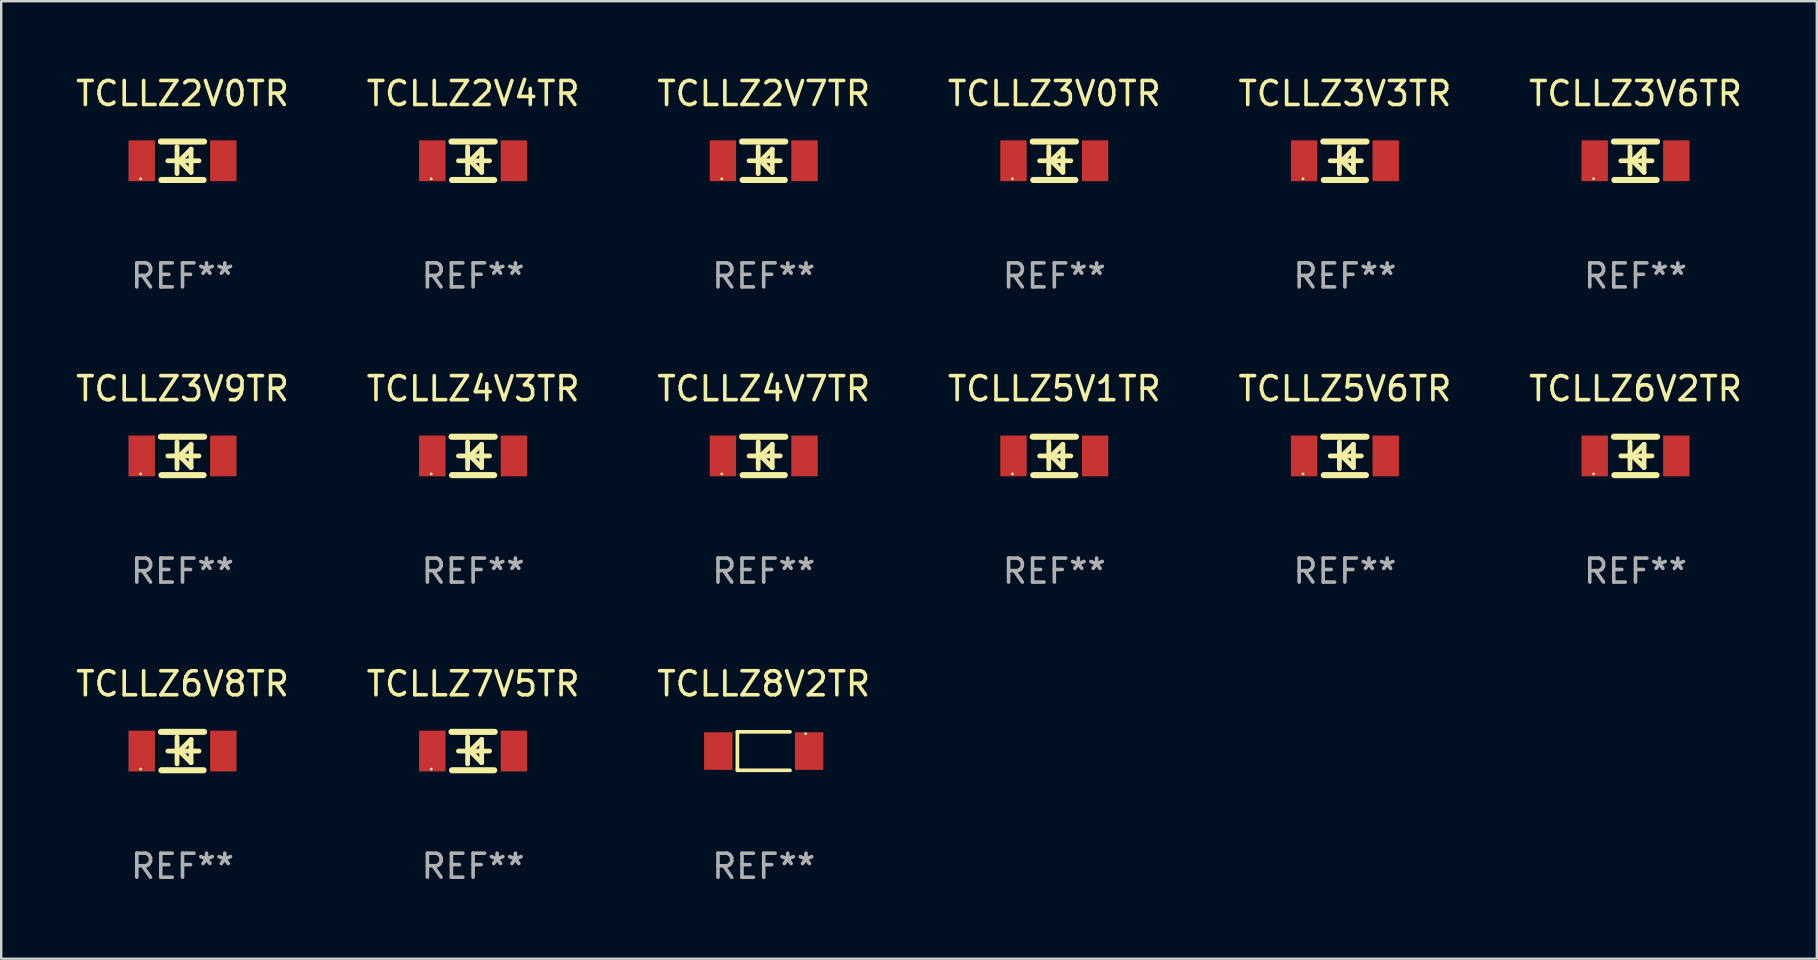
<source format=kicad_pcb>
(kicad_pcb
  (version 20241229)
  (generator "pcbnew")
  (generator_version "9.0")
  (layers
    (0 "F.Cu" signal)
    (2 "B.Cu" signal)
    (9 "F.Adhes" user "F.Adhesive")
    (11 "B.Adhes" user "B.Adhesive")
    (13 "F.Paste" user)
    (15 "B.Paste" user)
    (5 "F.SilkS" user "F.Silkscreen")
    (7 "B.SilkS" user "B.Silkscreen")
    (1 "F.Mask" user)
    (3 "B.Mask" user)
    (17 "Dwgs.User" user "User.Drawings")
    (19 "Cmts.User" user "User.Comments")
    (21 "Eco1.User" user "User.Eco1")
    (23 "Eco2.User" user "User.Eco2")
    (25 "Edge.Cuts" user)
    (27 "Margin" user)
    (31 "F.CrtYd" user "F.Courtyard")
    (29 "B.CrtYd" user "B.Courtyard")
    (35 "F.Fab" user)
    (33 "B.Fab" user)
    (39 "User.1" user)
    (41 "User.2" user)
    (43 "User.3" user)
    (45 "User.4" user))
  (footprint "TCLLZ4V3TR"
    (layer "F.Cu")
    (at 16.661 15.945)
    (property "Reference" "TCLLZ4V3TR" (at 0 -2.8 0) (layer "F.SilkS") (effects (font (size 1 1) (thickness 0.15))))
    (attr through_hole)
    (fp_line (start -0.9 -0.8) (end 0.9 -0.8) (stroke (width 0.254) (type solid)) (layer "F.SilkS"))
    (fp_line (start -0.878 0.8) (end 0.878 0.8) (stroke (width 0.254) (type solid)) (layer "F.SilkS"))
    (fp_line (start -0.61 0) (end 0.686 0) (stroke (width 0.2) (type solid)) (layer "F.SilkS"))
    (fp_line (start -0.229 -0.584) (end -0.229 0.533) (stroke (width 0.2) (type solid)) (layer "F.SilkS"))
    (fp_line (start -0.127 0) (end 0.356 -0.483) (stroke (width 0.2) (type solid)) (layer "F.SilkS"))
    (fp_line (start 0.356 -0.483) (end 0.356 0.483) (stroke (width 0.2) (type solid)) (layer "F.SilkS"))
    (fp_line (start 0.356 0.483) (end -0.102 0.025) (stroke (width 0.2) (type solid)) (layer "F.SilkS"))
    (fp_circle (center -1.746 0.75) (end -1.716 0.75) (stroke (width 0.06) (type solid)) (fill no) (layer "F.SilkS"))
    (fp_text user "REF**" (at 0 4.8 0) (layer "F.Fab") (effects (font (size 1 1) (thickness 0.15))))
    (pad "1" smd rect (at -1.7 0 180) (size 1.1 1.7) (layers "F.Cu" "F.Mask" "F.Paste"))
    (pad "2" smd rect (at 1.7 0 180) (size 1.1 1.7) (layers "F.Cu" "F.Mask" "F.Paste")))
  (footprint "TCLLZ5V6TR"
    (layer "F.Cu")
    (at 52.982 15.945)
    (property "Reference" "TCLLZ5V6TR" (at 0 -2.8 0) (layer "F.SilkS") (effects (font (size 1 1) (thickness 0.15))))
    (attr through_hole)
    (fp_line (start -0.9 -0.8) (end 0.9 -0.8) (stroke (width 0.254) (type solid)) (layer "F.SilkS"))
    (fp_line (start -0.878 0.8) (end 0.878 0.8) (stroke (width 0.254) (type solid)) (layer "F.SilkS"))
    (fp_line (start -0.61 0) (end 0.686 0) (stroke (width 0.2) (type solid)) (layer "F.SilkS"))
    (fp_line (start -0.229 -0.584) (end -0.229 0.533) (stroke (width 0.2) (type solid)) (layer "F.SilkS"))
    (fp_line (start -0.127 0) (end 0.356 -0.483) (stroke (width 0.2) (type solid)) (layer "F.SilkS"))
    (fp_line (start 0.356 -0.483) (end 0.356 0.483) (stroke (width 0.2) (type solid)) (layer "F.SilkS"))
    (fp_line (start 0.356 0.483) (end -0.102 0.025) (stroke (width 0.2) (type solid)) (layer "F.SilkS"))
    (fp_circle (center -1.746 0.75) (end -1.716 0.75) (stroke (width 0.06) (type solid)) (fill no) (layer "F.SilkS"))
    (fp_text user "REF**" (at 0 4.8 0) (layer "F.Fab") (effects (font (size 1 1) (thickness 0.15))))
    (pad "1" smd rect (at -1.7 0 180) (size 1.1 1.7) (layers "F.Cu" "F.Mask" "F.Paste"))
    (pad "2" smd rect (at 1.7 0 180) (size 1.1 1.7) (layers "F.Cu" "F.Mask" "F.Paste")))
  (footprint "TCLLZ3V6TR"
    (layer "F.Cu")
    (at 65.089 3.648)
    (property "Reference" "TCLLZ3V6TR" (at 0 -2.8 0) (layer "F.SilkS") (effects (font (size 1 1) (thickness 0.15))))
    (attr through_hole)
    (fp_line (start -0.9 -0.8) (end 0.9 -0.8) (stroke (width 0.254) (type solid)) (layer "F.SilkS"))
    (fp_line (start -0.878 0.8) (end 0.878 0.8) (stroke (width 0.254) (type solid)) (layer "F.SilkS"))
    (fp_line (start -0.61 0) (end 0.686 0) (stroke (width 0.2) (type solid)) (layer "F.SilkS"))
    (fp_line (start -0.229 -0.584) (end -0.229 0.533) (stroke (width 0.2) (type solid)) (layer "F.SilkS"))
    (fp_line (start -0.127 0) (end 0.356 -0.483) (stroke (width 0.2) (type solid)) (layer "F.SilkS"))
    (fp_line (start 0.356 -0.483) (end 0.356 0.483) (stroke (width 0.2) (type solid)) (layer "F.SilkS"))
    (fp_line (start 0.356 0.483) (end -0.102 0.025) (stroke (width 0.2) (type solid)) (layer "F.SilkS"))
    (fp_circle (center -1.746 0.75) (end -1.716 0.75) (stroke (width 0.06) (type solid)) (fill no) (layer "F.SilkS"))
    (fp_text user "REF**" (at 0 4.8 0) (layer "F.Fab") (effects (font (size 1 1) (thickness 0.15))))
    (pad "1" smd rect (at -1.7 0 180) (size 1.1 1.7) (layers "F.Cu" "F.Mask" "F.Paste"))
    (pad "2" smd rect (at 1.7 0 180) (size 1.1 1.7) (layers "F.Cu" "F.Mask" "F.Paste")))
  (footprint "TCLLZ8V2TR"
    (layer "F.Cu")
    (at 28.768 28.242)
    (property "Reference" "TCLLZ8V2TR" (at 0 -2.801 0) (layer "F.SilkS") (effects (font (size 1 1) (thickness 0.15))))
    (attr through_hole)
    (fp_line (start -1.097 -0.801) (end -1.097 0.801) (stroke (width 0.152) (type solid)) (layer "F.SilkS"))
    (fp_line (start -1.097 -0.801) (end 1.097 -0.801) (stroke (width 0.152) (type solid)) (layer "F.SilkS"))
    (fp_line (start -1.097 0.801) (end 1.097 0.801) (stroke (width 0.152) (type solid)) (layer "F.SilkS"))
    (fp_circle (center 1.75 -0.725) (end 1.78 -0.725) (stroke (width 0.06) (type solid)) (fill no) (layer "F.SilkS"))
    (fp_text user "REF**" (at 0 4.801 0) (layer "F.Fab") (effects (font (size 1 1) (thickness 0.15))))
    (pad "1" smd rect (at 1.893 0) (size 1.185 1.566) (layers "F.Cu" "F.Mask" "F.Paste"))
    (pad "2" smd rect (at -1.893 0) (size 1.185 1.566) (layers "F.Cu" "F.Mask" "F.Paste")))
  (footprint "TCLLZ2V4TR"
    (layer "F.Cu")
    (at 16.661 3.648)
    (property "Reference" "TCLLZ2V4TR" (at 0 -2.8 0) (layer "F.SilkS") (effects (font (size 1 1) (thickness 0.15))))
    (attr through_hole)
    (fp_line (start -0.9 -0.8) (end 0.9 -0.8) (stroke (width 0.254) (type solid)) (layer "F.SilkS"))
    (fp_line (start -0.878 0.8) (end 0.878 0.8) (stroke (width 0.254) (type solid)) (layer "F.SilkS"))
    (fp_line (start -0.61 0) (end 0.686 0) (stroke (width 0.2) (type solid)) (layer "F.SilkS"))
    (fp_line (start -0.229 -0.584) (end -0.229 0.533) (stroke (width 0.2) (type solid)) (layer "F.SilkS"))
    (fp_line (start -0.127 0) (end 0.356 -0.483) (stroke (width 0.2) (type solid)) (layer "F.SilkS"))
    (fp_line (start 0.356 -0.483) (end 0.356 0.483) (stroke (width 0.2) (type solid)) (layer "F.SilkS"))
    (fp_line (start 0.356 0.483) (end -0.102 0.025) (stroke (width 0.2) (type solid)) (layer "F.SilkS"))
    (fp_circle (center -1.746 0.75) (end -1.716 0.75) (stroke (width 0.06) (type solid)) (fill no) (layer "F.SilkS"))
    (fp_text user "REF**" (at 0 4.8 0) (layer "F.Fab") (effects (font (size 1 1) (thickness 0.15))))
    (pad "1" smd rect (at -1.7 0 180) (size 1.1 1.7) (layers "F.Cu" "F.Mask" "F.Paste"))
    (pad "2" smd rect (at 1.7 0 180) (size 1.1 1.7) (layers "F.Cu" "F.Mask" "F.Paste")))
  (footprint "TCLLZ2V7TR"
    (layer "F.Cu")
    (at 28.768 3.648)
    (property "Reference" "TCLLZ2V7TR" (at 0 -2.8 0) (layer "F.SilkS") (effects (font (size 1 1) (thickness 0.15))))
    (attr through_hole)
    (fp_line (start -0.9 -0.8) (end 0.9 -0.8) (stroke (width 0.254) (type solid)) (layer "F.SilkS"))
    (fp_line (start -0.878 0.8) (end 0.878 0.8) (stroke (width 0.254) (type solid)) (layer "F.SilkS"))
    (fp_line (start -0.61 0) (end 0.686 0) (stroke (width 0.2) (type solid)) (layer "F.SilkS"))
    (fp_line (start -0.229 -0.584) (end -0.229 0.533) (stroke (width 0.2) (type solid)) (layer "F.SilkS"))
    (fp_line (start -0.127 0) (end 0.356 -0.483) (stroke (width 0.2) (type solid)) (layer "F.SilkS"))
    (fp_line (start 0.356 -0.483) (end 0.356 0.483) (stroke (width 0.2) (type solid)) (layer "F.SilkS"))
    (fp_line (start 0.356 0.483) (end -0.102 0.025) (stroke (width 0.2) (type solid)) (layer "F.SilkS"))
    (fp_circle (center -1.746 0.75) (end -1.716 0.75) (stroke (width 0.06) (type solid)) (fill no) (layer "F.SilkS"))
    (fp_text user "REF**" (at 0 4.8 0) (layer "F.Fab") (effects (font (size 1 1) (thickness 0.15))))
    (pad "1" smd rect (at -1.7 0 180) (size 1.1 1.7) (layers "F.Cu" "F.Mask" "F.Paste"))
    (pad "2" smd rect (at 1.7 0 180) (size 1.1 1.7) (layers "F.Cu" "F.Mask" "F.Paste")))
  (footprint "TCLLZ7V5TR"
    (layer "F.Cu")
    (at 16.661 28.241)
    (property "Reference" "TCLLZ7V5TR" (at 0 -2.8 0) (layer "F.SilkS") (effects (font (size 1 1) (thickness 0.15))))
    (attr through_hole)
    (fp_line (start -0.9 -0.8) (end 0.9 -0.8) (stroke (width 0.254) (type solid)) (layer "F.SilkS"))
    (fp_line (start -0.878 0.8) (end 0.878 0.8) (stroke (width 0.254) (type solid)) (layer "F.SilkS"))
    (fp_line (start -0.61 0) (end 0.686 0) (stroke (width 0.2) (type solid)) (layer "F.SilkS"))
    (fp_line (start -0.229 -0.584) (end -0.229 0.533) (stroke (width 0.2) (type solid)) (layer "F.SilkS"))
    (fp_line (start -0.127 0) (end 0.356 -0.483) (stroke (width 0.2) (type solid)) (layer "F.SilkS"))
    (fp_line (start 0.356 -0.483) (end 0.356 0.483) (stroke (width 0.2) (type solid)) (layer "F.SilkS"))
    (fp_line (start 0.356 0.483) (end -0.102 0.025) (stroke (width 0.2) (type solid)) (layer "F.SilkS"))
    (fp_circle (center -1.746 0.75) (end -1.716 0.75) (stroke (width 0.06) (type solid)) (fill no) (layer "F.SilkS"))
    (fp_text user "REF**" (at 0 4.8 0) (layer "F.Fab") (effects (font (size 1 1) (thickness 0.15))))
    (pad "1" smd rect (at -1.7 0 180) (size 1.1 1.7) (layers "F.Cu" "F.Mask" "F.Paste"))
    (pad "2" smd rect (at 1.7 0 180) (size 1.1 1.7) (layers "F.Cu" "F.Mask" "F.Paste")))
  (footprint "TCLLZ6V2TR"
    (layer "F.Cu")
    (at 65.089 15.945)
    (property "Reference" "TCLLZ6V2TR" (at 0 -2.8 0) (layer "F.SilkS") (effects (font (size 1 1) (thickness 0.15))))
    (attr through_hole)
    (fp_line (start -0.9 -0.8) (end 0.9 -0.8) (stroke (width 0.254) (type solid)) (layer "F.SilkS"))
    (fp_line (start -0.878 0.8) (end 0.878 0.8) (stroke (width 0.254) (type solid)) (layer "F.SilkS"))
    (fp_line (start -0.61 0) (end 0.686 0) (stroke (width 0.2) (type solid)) (layer "F.SilkS"))
    (fp_line (start -0.229 -0.584) (end -0.229 0.533) (stroke (width 0.2) (type solid)) (layer "F.SilkS"))
    (fp_line (start -0.127 0) (end 0.356 -0.483) (stroke (width 0.2) (type solid)) (layer "F.SilkS"))
    (fp_line (start 0.356 -0.483) (end 0.356 0.483) (stroke (width 0.2) (type solid)) (layer "F.SilkS"))
    (fp_line (start 0.356 0.483) (end -0.102 0.025) (stroke (width 0.2) (type solid)) (layer "F.SilkS"))
    (fp_circle (center -1.746 0.75) (end -1.716 0.75) (stroke (width 0.06) (type solid)) (fill no) (layer "F.SilkS"))
    (fp_text user "REF**" (at 0 4.8 0) (layer "F.Fab") (effects (font (size 1 1) (thickness 0.15))))
    (pad "1" smd rect (at -1.7 0 180) (size 1.1 1.7) (layers "F.Cu" "F.Mask" "F.Paste"))
    (pad "2" smd rect (at 1.7 0 180) (size 1.1 1.7) (layers "F.Cu" "F.Mask" "F.Paste")))
  (footprint "TCLLZ2V0TR"
    (layer "F.Cu")
    (at 4.554 3.648)
    (property "Reference" "TCLLZ2V0TR" (at 0 -2.8 0) (layer "F.SilkS") (effects (font (size 1 1) (thickness 0.15))))
    (attr through_hole)
    (fp_line (start -0.9 -0.8) (end 0.9 -0.8) (stroke (width 0.254) (type solid)) (layer "F.SilkS"))
    (fp_line (start -0.878 0.8) (end 0.878 0.8) (stroke (width 0.254) (type solid)) (layer "F.SilkS"))
    (fp_line (start -0.61 0) (end 0.686 0) (stroke (width 0.2) (type solid)) (layer "F.SilkS"))
    (fp_line (start -0.229 -0.584) (end -0.229 0.533) (stroke (width 0.2) (type solid)) (layer "F.SilkS"))
    (fp_line (start -0.127 0) (end 0.356 -0.483) (stroke (width 0.2) (type solid)) (layer "F.SilkS"))
    (fp_line (start 0.356 -0.483) (end 0.356 0.483) (stroke (width 0.2) (type solid)) (layer "F.SilkS"))
    (fp_line (start 0.356 0.483) (end -0.102 0.025) (stroke (width 0.2) (type solid)) (layer "F.SilkS"))
    (fp_circle (center -1.746 0.75) (end -1.716 0.75) (stroke (width 0.06) (type solid)) (fill no) (layer "F.SilkS"))
    (fp_text user "REF**" (at 0 4.8 0) (layer "F.Fab") (effects (font (size 1 1) (thickness 0.15))))
    (pad "1" smd rect (at -1.7 0 180) (size 1.1 1.7) (layers "F.Cu" "F.Mask" "F.Paste"))
    (pad "2" smd rect (at 1.7 0 180) (size 1.1 1.7) (layers "F.Cu" "F.Mask" "F.Paste")))
  (footprint "TCLLZ3V3TR"
    (layer "F.Cu")
    (at 52.982 3.648)
    (property "Reference" "TCLLZ3V3TR" (at 0 -2.8 0) (layer "F.SilkS") (effects (font (size 1 1) (thickness 0.15))))
    (attr through_hole)
    (fp_line (start -0.9 -0.8) (end 0.9 -0.8) (stroke (width 0.254) (type solid)) (layer "F.SilkS"))
    (fp_line (start -0.878 0.8) (end 0.878 0.8) (stroke (width 0.254) (type solid)) (layer "F.SilkS"))
    (fp_line (start -0.61 0) (end 0.686 0) (stroke (width 0.2) (type solid)) (layer "F.SilkS"))
    (fp_line (start -0.229 -0.584) (end -0.229 0.533) (stroke (width 0.2) (type solid)) (layer "F.SilkS"))
    (fp_line (start -0.127 0) (end 0.356 -0.483) (stroke (width 0.2) (type solid)) (layer "F.SilkS"))
    (fp_line (start 0.356 -0.483) (end 0.356 0.483) (stroke (width 0.2) (type solid)) (layer "F.SilkS"))
    (fp_line (start 0.356 0.483) (end -0.102 0.025) (stroke (width 0.2) (type solid)) (layer "F.SilkS"))
    (fp_circle (center -1.746 0.75) (end -1.716 0.75) (stroke (width 0.06) (type solid)) (fill no) (layer "F.SilkS"))
    (fp_text user "REF**" (at 0 4.8 0) (layer "F.Fab") (effects (font (size 1 1) (thickness 0.15))))
    (pad "1" smd rect (at -1.7 0 180) (size 1.1 1.7) (layers "F.Cu" "F.Mask" "F.Paste"))
    (pad "2" smd rect (at 1.7 0 180) (size 1.1 1.7) (layers "F.Cu" "F.Mask" "F.Paste")))
  (footprint "TCLLZ4V7TR"
    (layer "F.Cu")
    (at 28.768 15.945)
    (property "Reference" "TCLLZ4V7TR" (at 0 -2.8 0) (layer "F.SilkS") (effects (font (size 1 1) (thickness 0.15))))
    (attr through_hole)
    (fp_line (start -0.9 -0.8) (end 0.9 -0.8) (stroke (width 0.254) (type solid)) (layer "F.SilkS"))
    (fp_line (start -0.878 0.8) (end 0.878 0.8) (stroke (width 0.254) (type solid)) (layer "F.SilkS"))
    (fp_line (start -0.61 0) (end 0.686 0) (stroke (width 0.2) (type solid)) (layer "F.SilkS"))
    (fp_line (start -0.229 -0.584) (end -0.229 0.533) (stroke (width 0.2) (type solid)) (layer "F.SilkS"))
    (fp_line (start -0.127 0) (end 0.356 -0.483) (stroke (width 0.2) (type solid)) (layer "F.SilkS"))
    (fp_line (start 0.356 -0.483) (end 0.356 0.483) (stroke (width 0.2) (type solid)) (layer "F.SilkS"))
    (fp_line (start 0.356 0.483) (end -0.102 0.025) (stroke (width 0.2) (type solid)) (layer "F.SilkS"))
    (fp_circle (center -1.746 0.75) (end -1.716 0.75) (stroke (width 0.06) (type solid)) (fill no) (layer "F.SilkS"))
    (fp_text user "REF**" (at 0 4.8 0) (layer "F.Fab") (effects (font (size 1 1) (thickness 0.15))))
    (pad "1" smd rect (at -1.7 0 180) (size 1.1 1.7) (layers "F.Cu" "F.Mask" "F.Paste"))
    (pad "2" smd rect (at 1.7 0 180) (size 1.1 1.7) (layers "F.Cu" "F.Mask" "F.Paste")))
  (footprint "TCLLZ6V8TR"
    (layer "F.Cu")
    (at 4.554 28.241)
    (property "Reference" "TCLLZ6V8TR" (at 0 -2.8 0) (layer "F.SilkS") (effects (font (size 1 1) (thickness 0.15))))
    (attr through_hole)
    (fp_line (start -0.9 -0.8) (end 0.9 -0.8) (stroke (width 0.254) (type solid)) (layer "F.SilkS"))
    (fp_line (start -0.878 0.8) (end 0.878 0.8) (stroke (width 0.254) (type solid)) (layer "F.SilkS"))
    (fp_line (start -0.61 0) (end 0.686 0) (stroke (width 0.2) (type solid)) (layer "F.SilkS"))
    (fp_line (start -0.229 -0.584) (end -0.229 0.533) (stroke (width 0.2) (type solid)) (layer "F.SilkS"))
    (fp_line (start -0.127 0) (end 0.356 -0.483) (stroke (width 0.2) (type solid)) (layer "F.SilkS"))
    (fp_line (start 0.356 -0.483) (end 0.356 0.483) (stroke (width 0.2) (type solid)) (layer "F.SilkS"))
    (fp_line (start 0.356 0.483) (end -0.102 0.025) (stroke (width 0.2) (type solid)) (layer "F.SilkS"))
    (fp_circle (center -1.746 0.75) (end -1.716 0.75) (stroke (width 0.06) (type solid)) (fill no) (layer "F.SilkS"))
    (fp_text user "REF**" (at 0 4.8 0) (layer "F.Fab") (effects (font (size 1 1) (thickness 0.15))))
    (pad "1" smd rect (at -1.7 0 180) (size 1.1 1.7) (layers "F.Cu" "F.Mask" "F.Paste"))
    (pad "2" smd rect (at 1.7 0 180) (size 1.1 1.7) (layers "F.Cu" "F.Mask" "F.Paste")))
  (footprint "TCLLZ3V0TR"
    (layer "F.Cu")
    (at 40.875 3.648)
    (property "Reference" "TCLLZ3V0TR" (at 0 -2.8 0) (layer "F.SilkS") (effects (font (size 1 1) (thickness 0.15))))
    (attr through_hole)
    (fp_line (start -0.9 -0.8) (end 0.9 -0.8) (stroke (width 0.254) (type solid)) (layer "F.SilkS"))
    (fp_line (start -0.878 0.8) (end 0.878 0.8) (stroke (width 0.254) (type solid)) (layer "F.SilkS"))
    (fp_line (start -0.61 0) (end 0.686 0) (stroke (width 0.2) (type solid)) (layer "F.SilkS"))
    (fp_line (start -0.229 -0.584) (end -0.229 0.533) (stroke (width 0.2) (type solid)) (layer "F.SilkS"))
    (fp_line (start -0.127 0) (end 0.356 -0.483) (stroke (width 0.2) (type solid)) (layer "F.SilkS"))
    (fp_line (start 0.356 -0.483) (end 0.356 0.483) (stroke (width 0.2) (type solid)) (layer "F.SilkS"))
    (fp_line (start 0.356 0.483) (end -0.102 0.025) (stroke (width 0.2) (type solid)) (layer "F.SilkS"))
    (fp_circle (center -1.746 0.75) (end -1.716 0.75) (stroke (width 0.06) (type solid)) (fill no) (layer "F.SilkS"))
    (fp_text user "REF**" (at 0 4.8 0) (layer "F.Fab") (effects (font (size 1 1) (thickness 0.15))))
    (pad "1" smd rect (at -1.7 0 180) (size 1.1 1.7) (layers "F.Cu" "F.Mask" "F.Paste"))
    (pad "2" smd rect (at 1.7 0 180) (size 1.1 1.7) (layers "F.Cu" "F.Mask" "F.Paste")))
  (footprint "TCLLZ5V1TR"
    (layer "F.Cu")
    (at 40.875 15.945)
    (property "Reference" "TCLLZ5V1TR" (at 0 -2.8 0) (layer "F.SilkS") (effects (font (size 1 1) (thickness 0.15))))
    (attr through_hole)
    (fp_line (start -0.9 -0.8) (end 0.9 -0.8) (stroke (width 0.254) (type solid)) (layer "F.SilkS"))
    (fp_line (start -0.878 0.8) (end 0.878 0.8) (stroke (width 0.254) (type solid)) (layer "F.SilkS"))
    (fp_line (start -0.61 0) (end 0.686 0) (stroke (width 0.2) (type solid)) (layer "F.SilkS"))
    (fp_line (start -0.229 -0.584) (end -0.229 0.533) (stroke (width 0.2) (type solid)) (layer "F.SilkS"))
    (fp_line (start -0.127 0) (end 0.356 -0.483) (stroke (width 0.2) (type solid)) (layer "F.SilkS"))
    (fp_line (start 0.356 -0.483) (end 0.356 0.483) (stroke (width 0.2) (type solid)) (layer "F.SilkS"))
    (fp_line (start 0.356 0.483) (end -0.102 0.025) (stroke (width 0.2) (type solid)) (layer "F.SilkS"))
    (fp_circle (center -1.746 0.75) (end -1.716 0.75) (stroke (width 0.06) (type solid)) (fill no) (layer "F.SilkS"))
    (fp_text user "REF**" (at 0 4.8 0) (layer "F.Fab") (effects (font (size 1 1) (thickness 0.15))))
    (pad "1" smd rect (at -1.7 0 180) (size 1.1 1.7) (layers "F.Cu" "F.Mask" "F.Paste"))
    (pad "2" smd rect (at 1.7 0 180) (size 1.1 1.7) (layers "F.Cu" "F.Mask" "F.Paste")))
  (footprint "TCLLZ3V9TR"
    (layer "F.Cu")
    (at 4.554 15.945)
    (property "Reference" "TCLLZ3V9TR" (at 0 -2.8 0) (layer "F.SilkS") (effects (font (size 1 1) (thickness 0.15))))
    (attr through_hole)
    (fp_line (start -0.9 -0.8) (end 0.9 -0.8) (stroke (width 0.254) (type solid)) (layer "F.SilkS"))
    (fp_line (start -0.878 0.8) (end 0.878 0.8) (stroke (width 0.254) (type solid)) (layer "F.SilkS"))
    (fp_line (start -0.61 0) (end 0.686 0) (stroke (width 0.2) (type solid)) (layer "F.SilkS"))
    (fp_line (start -0.229 -0.584) (end -0.229 0.533) (stroke (width 0.2) (type solid)) (layer "F.SilkS"))
    (fp_line (start -0.127 0) (end 0.356 -0.483) (stroke (width 0.2) (type solid)) (layer "F.SilkS"))
    (fp_line (start 0.356 -0.483) (end 0.356 0.483) (stroke (width 0.2) (type solid)) (layer "F.SilkS"))
    (fp_line (start 0.356 0.483) (end -0.102 0.025) (stroke (width 0.2) (type solid)) (layer "F.SilkS"))
    (fp_circle (center -1.746 0.75) (end -1.716 0.75) (stroke (width 0.06) (type solid)) (fill no) (layer "F.SilkS"))
    (fp_text user "REF**" (at 0 4.8 0) (layer "F.Fab") (effects (font (size 1 1) (thickness 0.15))))
    (pad "1" smd rect (at -1.7 0 180) (size 1.1 1.7) (layers "F.Cu" "F.Mask" "F.Paste"))
    (pad "2" smd rect (at 1.7 0 180) (size 1.1 1.7) (layers "F.Cu" "F.Mask" "F.Paste")))
  (gr_rect
    (start -3 -3)
    (end 72.643 36.892)
    (stroke (width 0.1) (type default))
    (fill no)
    (layer "Edge.Cuts")))
</source>
